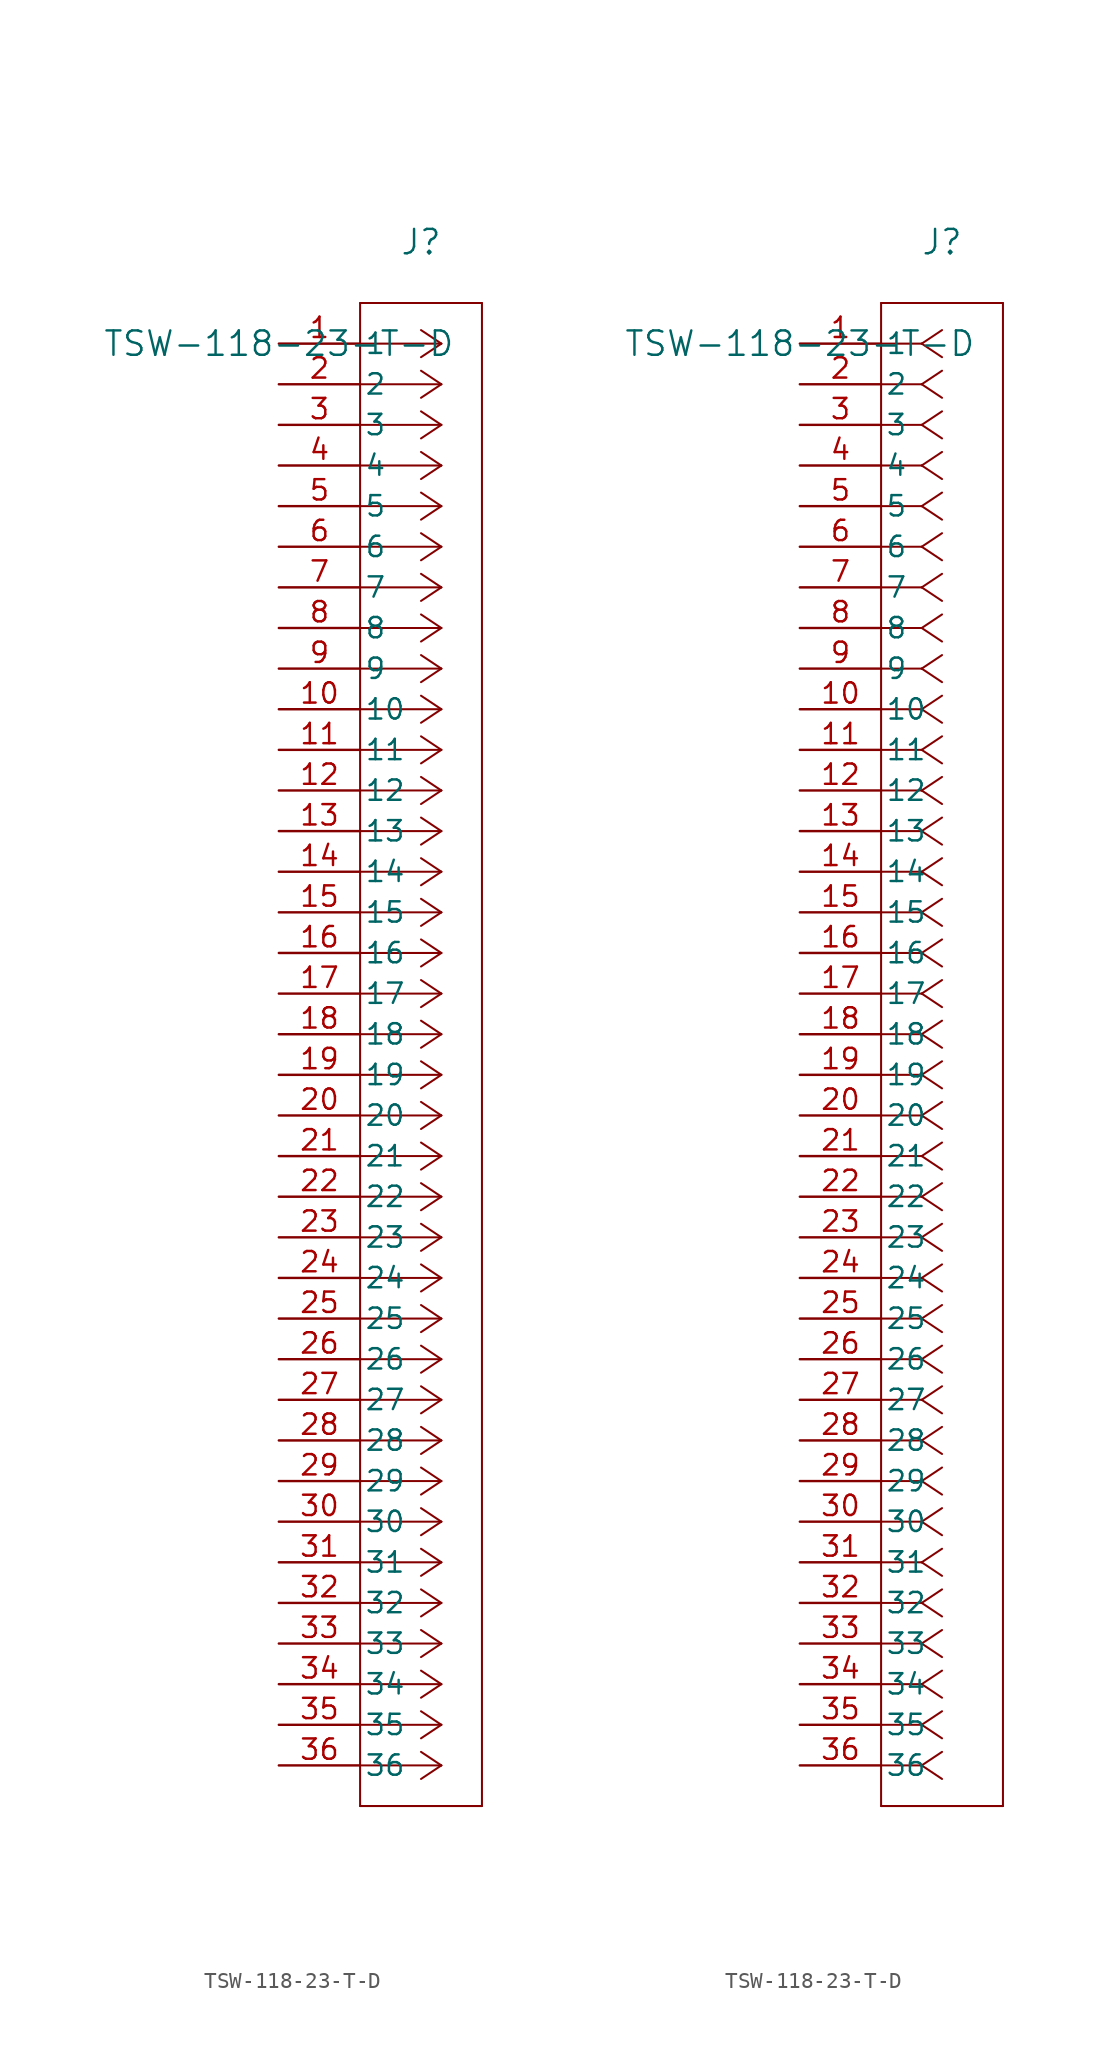
<source format=kicad_sym>
(kicad_symbol_lib
  (version 20211014)
  (generator kicad_symbol_editor)
  (symbol "TSW-118-23-T-D"
    (pin_names
      (offset 0.254))
    (property "Reference" "J"
      (at 8.89 6.35 0)
      (effects (font (size 1.524 1.524))))
    (property "Value" "TSW-118-23-T-D"
      (at 0 0 0)
      (effects (font (size 1.524 1.524))))
    (symbol "TSW-118-23-T-D_1_1"
      (polyline (pts (xy 10.16 0) (xy 5.08 0)) (stroke (width 0.127) (type default) (color 0 0 0 0)) (fill (type none)))
      (polyline (pts (xy 10.16 -2.54) (xy 5.08 -2.54)) (stroke (width 0.127) (type default) (color 0 0 0 0)) (fill (type none)))
      (polyline (pts (xy 10.16 -5.08) (xy 5.08 -5.08)) (stroke (width 0.127) (type default) (color 0 0 0 0)) (fill (type none)))
      (polyline (pts (xy 10.16 -7.62) (xy 5.08 -7.62)) (stroke (width 0.127) (type default) (color 0 0 0 0)) (fill (type none)))
      (polyline (pts (xy 10.16 -10.16) (xy 5.08 -10.16)) (stroke (width 0.127) (type default) (color 0 0 0 0)) (fill (type none)))
      (polyline (pts (xy 10.16 -12.7) (xy 5.08 -12.7)) (stroke (width 0.127) (type default) (color 0 0 0 0)) (fill (type none)))
      (polyline (pts (xy 10.16 -15.24) (xy 5.08 -15.24)) (stroke (width 0.127) (type default) (color 0 0 0 0)) (fill (type none)))
      (polyline (pts (xy 10.16 -17.78) (xy 5.08 -17.78)) (stroke (width 0.127) (type default) (color 0 0 0 0)) (fill (type none)))
      (polyline (pts (xy 10.16 -20.32) (xy 5.08 -20.32)) (stroke (width 0.127) (type default) (color 0 0 0 0)) (fill (type none)))
      (polyline (pts (xy 10.16 -22.86) (xy 5.08 -22.86)) (stroke (width 0.127) (type default) (color 0 0 0 0)) (fill (type none)))
      (polyline (pts (xy 10.16 -25.4) (xy 5.08 -25.4)) (stroke (width 0.127) (type default) (color 0 0 0 0)) (fill (type none)))
      (polyline (pts (xy 10.16 -27.94) (xy 5.08 -27.94)) (stroke (width 0.127) (type default) (color 0 0 0 0)) (fill (type none)))
      (polyline (pts (xy 10.16 -30.48) (xy 5.08 -30.48)) (stroke (width 0.127) (type default) (color 0 0 0 0)) (fill (type none)))
      (polyline (pts (xy 10.16 -33.02) (xy 5.08 -33.02)) (stroke (width 0.127) (type default) (color 0 0 0 0)) (fill (type none)))
      (polyline (pts (xy 10.16 -35.56) (xy 5.08 -35.56)) (stroke (width 0.127) (type default) (color 0 0 0 0)) (fill (type none)))
      (polyline (pts (xy 10.16 -38.1) (xy 5.08 -38.1)) (stroke (width 0.127) (type default) (color 0 0 0 0)) (fill (type none)))
      (polyline (pts (xy 10.16 -40.64) (xy 5.08 -40.64)) (stroke (width 0.127) (type default) (color 0 0 0 0)) (fill (type none)))
      (polyline (pts (xy 10.16 -43.18) (xy 5.08 -43.18)) (stroke (width 0.127) (type default) (color 0 0 0 0)) (fill (type none)))
      (polyline (pts (xy 10.16 -45.72) (xy 5.08 -45.72)) (stroke (width 0.127) (type default) (color 0 0 0 0)) (fill (type none)))
      (polyline (pts (xy 10.16 -48.26) (xy 5.08 -48.26)) (stroke (width 0.127) (type default) (color 0 0 0 0)) (fill (type none)))
      (polyline (pts (xy 10.16 -50.8) (xy 5.08 -50.8)) (stroke (width 0.127) (type default) (color 0 0 0 0)) (fill (type none)))
      (polyline (pts (xy 10.16 -53.34) (xy 5.08 -53.34)) (stroke (width 0.127) (type default) (color 0 0 0 0)) (fill (type none)))
      (polyline (pts (xy 10.16 -55.88) (xy 5.08 -55.88)) (stroke (width 0.127) (type default) (color 0 0 0 0)) (fill (type none)))
      (polyline (pts (xy 10.16 -58.42) (xy 5.08 -58.42)) (stroke (width 0.127) (type default) (color 0 0 0 0)) (fill (type none)))
      (polyline (pts (xy 10.16 -60.96) (xy 5.08 -60.96)) (stroke (width 0.127) (type default) (color 0 0 0 0)) (fill (type none)))
      (polyline (pts (xy 10.16 -63.5) (xy 5.08 -63.5)) (stroke (width 0.127) (type default) (color 0 0 0 0)) (fill (type none)))
      (polyline (pts (xy 10.16 -66.04) (xy 5.08 -66.04)) (stroke (width 0.127) (type default) (color 0 0 0 0)) (fill (type none)))
      (polyline (pts (xy 10.16 -68.58) (xy 5.08 -68.58)) (stroke (width 0.127) (type default) (color 0 0 0 0)) (fill (type none)))
      (polyline (pts (xy 10.16 -71.12) (xy 5.08 -71.12)) (stroke (width 0.127) (type default) (color 0 0 0 0)) (fill (type none)))
      (polyline (pts (xy 10.16 -73.66) (xy 5.08 -73.66)) (stroke (width 0.127) (type default) (color 0 0 0 0)) (fill (type none)))
      (polyline (pts (xy 10.16 -76.2) (xy 5.08 -76.2)) (stroke (width 0.127) (type default) (color 0 0 0 0)) (fill (type none)))
      (polyline (pts (xy 10.16 -78.74) (xy 5.08 -78.74)) (stroke (width 0.127) (type default) (color 0 0 0 0)) (fill (type none)))
      (polyline (pts (xy 10.16 -81.28) (xy 5.08 -81.28)) (stroke (width 0.127) (type default) (color 0 0 0 0)) (fill (type none)))
      (polyline (pts (xy 10.16 -83.82) (xy 5.08 -83.82)) (stroke (width 0.127) (type default) (color 0 0 0 0)) (fill (type none)))
      (polyline (pts (xy 10.16 -86.36) (xy 5.08 -86.36)) (stroke (width 0.127) (type default) (color 0 0 0 0)) (fill (type none)))
      (polyline (pts (xy 10.16 -88.9) (xy 5.08 -88.9)) (stroke (width 0.127) (type default) (color 0 0 0 0)) (fill (type none)))
      (polyline (pts (xy 10.16 0) (xy 8.89 0.847)) (stroke (width 0.127) (type default) (color 0 0 0 0)) (fill (type none)))
      (polyline (pts (xy 10.16 -2.54) (xy 8.89 -1.693)) (stroke (width 0.127) (type default) (color 0 0 0 0)) (fill (type none)))
      (polyline (pts (xy 10.16 -5.08) (xy 8.89 -4.233)) (stroke (width 0.127) (type default) (color 0 0 0 0)) (fill (type none)))
      (polyline (pts (xy 10.16 -7.62) (xy 8.89 -6.773)) (stroke (width 0.127) (type default) (color 0 0 0 0)) (fill (type none)))
      (polyline (pts (xy 10.16 -10.16) (xy 8.89 -9.313)) (stroke (width 0.127) (type default) (color 0 0 0 0)) (fill (type none)))
      (polyline (pts (xy 10.16 -12.7) (xy 8.89 -11.853)) (stroke (width 0.127) (type default) (color 0 0 0 0)) (fill (type none)))
      (polyline (pts (xy 10.16 -15.24) (xy 8.89 -14.393)) (stroke (width 0.127) (type default) (color 0 0 0 0)) (fill (type none)))
      (polyline (pts (xy 10.16 -17.78) (xy 8.89 -16.933)) (stroke (width 0.127) (type default) (color 0 0 0 0)) (fill (type none)))
      (polyline (pts (xy 10.16 -20.32) (xy 8.89 -19.473)) (stroke (width 0.127) (type default) (color 0 0 0 0)) (fill (type none)))
      (polyline (pts (xy 10.16 -22.86) (xy 8.89 -22.013)) (stroke (width 0.127) (type default) (color 0 0 0 0)) (fill (type none)))
      (polyline (pts (xy 10.16 -25.4) (xy 8.89 -24.553)) (stroke (width 0.127) (type default) (color 0 0 0 0)) (fill (type none)))
      (polyline (pts (xy 10.16 -27.94) (xy 8.89 -27.093)) (stroke (width 0.127) (type default) (color 0 0 0 0)) (fill (type none)))
      (polyline (pts (xy 10.16 -30.48) (xy 8.89 -29.633)) (stroke (width 0.127) (type default) (color 0 0 0 0)) (fill (type none)))
      (polyline (pts (xy 10.16 -33.02) (xy 8.89 -32.173)) (stroke (width 0.127) (type default) (color 0 0 0 0)) (fill (type none)))
      (polyline (pts (xy 10.16 -35.56) (xy 8.89 -34.713)) (stroke (width 0.127) (type default) (color 0 0 0 0)) (fill (type none)))
      (polyline (pts (xy 10.16 -38.1) (xy 8.89 -37.253)) (stroke (width 0.127) (type default) (color 0 0 0 0)) (fill (type none)))
      (polyline (pts (xy 10.16 -40.64) (xy 8.89 -39.793)) (stroke (width 0.127) (type default) (color 0 0 0 0)) (fill (type none)))
      (polyline (pts (xy 10.16 -43.18) (xy 8.89 -42.333)) (stroke (width 0.127) (type default) (color 0 0 0 0)) (fill (type none)))
      (polyline (pts (xy 10.16 -45.72) (xy 8.89 -44.873)) (stroke (width 0.127) (type default) (color 0 0 0 0)) (fill (type none)))
      (polyline (pts (xy 10.16 -48.26) (xy 8.89 -47.413)) (stroke (width 0.127) (type default) (color 0 0 0 0)) (fill (type none)))
      (polyline (pts (xy 10.16 -50.8) (xy 8.89 -49.953)) (stroke (width 0.127) (type default) (color 0 0 0 0)) (fill (type none)))
      (polyline (pts (xy 10.16 -53.34) (xy 8.89 -52.493)) (stroke (width 0.127) (type default) (color 0 0 0 0)) (fill (type none)))
      (polyline (pts (xy 10.16 -55.88) (xy 8.89 -55.033)) (stroke (width 0.127) (type default) (color 0 0 0 0)) (fill (type none)))
      (polyline (pts (xy 10.16 -58.42) (xy 8.89 -57.573)) (stroke (width 0.127) (type default) (color 0 0 0 0)) (fill (type none)))
      (polyline (pts (xy 10.16 -60.96) (xy 8.89 -60.113)) (stroke (width 0.127) (type default) (color 0 0 0 0)) (fill (type none)))
      (polyline (pts (xy 10.16 -63.5) (xy 8.89 -62.653)) (stroke (width 0.127) (type default) (color 0 0 0 0)) (fill (type none)))
      (polyline (pts (xy 10.16 -66.04) (xy 8.89 -65.193)) (stroke (width 0.127) (type default) (color 0 0 0 0)) (fill (type none)))
      (polyline (pts (xy 10.16 -68.58) (xy 8.89 -67.733)) (stroke (width 0.127) (type default) (color 0 0 0 0)) (fill (type none)))
      (polyline (pts (xy 10.16 -71.12) (xy 8.89 -70.273)) (stroke (width 0.127) (type default) (color 0 0 0 0)) (fill (type none)))
      (polyline (pts (xy 10.16 -73.66) (xy 8.89 -72.813)) (stroke (width 0.127) (type default) (color 0 0 0 0)) (fill (type none)))
      (polyline (pts (xy 10.16 -76.2) (xy 8.89 -75.353)) (stroke (width 0.127) (type default) (color 0 0 0 0)) (fill (type none)))
      (polyline (pts (xy 10.16 -78.74) (xy 8.89 -77.893)) (stroke (width 0.127) (type default) (color 0 0 0 0)) (fill (type none)))
      (polyline (pts (xy 10.16 -81.28) (xy 8.89 -80.433)) (stroke (width 0.127) (type default) (color 0 0 0 0)) (fill (type none)))
      (polyline (pts (xy 10.16 -83.82) (xy 8.89 -82.973)) (stroke (width 0.127) (type default) (color 0 0 0 0)) (fill (type none)))
      (polyline (pts (xy 10.16 -86.36) (xy 8.89 -85.513)) (stroke (width 0.127) (type default) (color 0 0 0 0)) (fill (type none)))
      (polyline (pts (xy 10.16 -88.9) (xy 8.89 -88.053)) (stroke (width 0.127) (type default) (color 0 0 0 0)) (fill (type none)))
      (polyline (pts (xy 10.16 0) (xy 8.89 -0.847)) (stroke (width 0.127) (type default) (color 0 0 0 0)) (fill (type none)))
      (polyline (pts (xy 10.16 -2.54) (xy 8.89 -3.387)) (stroke (width 0.127) (type default) (color 0 0 0 0)) (fill (type none)))
      (polyline (pts (xy 10.16 -5.08) (xy 8.89 -5.927)) (stroke (width 0.127) (type default) (color 0 0 0 0)) (fill (type none)))
      (polyline (pts (xy 10.16 -7.62) (xy 8.89 -8.467)) (stroke (width 0.127) (type default) (color 0 0 0 0)) (fill (type none)))
      (polyline (pts (xy 10.16 -10.16) (xy 8.89 -11.007)) (stroke (width 0.127) (type default) (color 0 0 0 0)) (fill (type none)))
      (polyline (pts (xy 10.16 -12.7) (xy 8.89 -13.547)) (stroke (width 0.127) (type default) (color 0 0 0 0)) (fill (type none)))
      (polyline (pts (xy 10.16 -15.24) (xy 8.89 -16.087)) (stroke (width 0.127) (type default) (color 0 0 0 0)) (fill (type none)))
      (polyline (pts (xy 10.16 -17.78) (xy 8.89 -18.627)) (stroke (width 0.127) (type default) (color 0 0 0 0)) (fill (type none)))
      (polyline (pts (xy 10.16 -20.32) (xy 8.89 -21.167)) (stroke (width 0.127) (type default) (color 0 0 0 0)) (fill (type none)))
      (polyline (pts (xy 10.16 -22.86) (xy 8.89 -23.707)) (stroke (width 0.127) (type default) (color 0 0 0 0)) (fill (type none)))
      (polyline (pts (xy 10.16 -25.4) (xy 8.89 -26.247)) (stroke (width 0.127) (type default) (color 0 0 0 0)) (fill (type none)))
      (polyline (pts (xy 10.16 -27.94) (xy 8.89 -28.787)) (stroke (width 0.127) (type default) (color 0 0 0 0)) (fill (type none)))
      (polyline (pts (xy 10.16 -30.48) (xy 8.89 -31.327)) (stroke (width 0.127) (type default) (color 0 0 0 0)) (fill (type none)))
      (polyline (pts (xy 10.16 -33.02) (xy 8.89 -33.867)) (stroke (width 0.127) (type default) (color 0 0 0 0)) (fill (type none)))
      (polyline (pts (xy 10.16 -35.56) (xy 8.89 -36.407)) (stroke (width 0.127) (type default) (color 0 0 0 0)) (fill (type none)))
      (polyline (pts (xy 10.16 -38.1) (xy 8.89 -38.947)) (stroke (width 0.127) (type default) (color 0 0 0 0)) (fill (type none)))
      (polyline (pts (xy 10.16 -40.64) (xy 8.89 -41.487)) (stroke (width 0.127) (type default) (color 0 0 0 0)) (fill (type none)))
      (polyline (pts (xy 10.16 -43.18) (xy 8.89 -44.027)) (stroke (width 0.127) (type default) (color 0 0 0 0)) (fill (type none)))
      (polyline (pts (xy 10.16 -45.72) (xy 8.89 -46.567)) (stroke (width 0.127) (type default) (color 0 0 0 0)) (fill (type none)))
      (polyline (pts (xy 10.16 -48.26) (xy 8.89 -49.107)) (stroke (width 0.127) (type default) (color 0 0 0 0)) (fill (type none)))
      (polyline (pts (xy 10.16 -50.8) (xy 8.89 -51.647)) (stroke (width 0.127) (type default) (color 0 0 0 0)) (fill (type none)))
      (polyline (pts (xy 10.16 -53.34) (xy 8.89 -54.187)) (stroke (width 0.127) (type default) (color 0 0 0 0)) (fill (type none)))
      (polyline (pts (xy 10.16 -55.88) (xy 8.89 -56.727)) (stroke (width 0.127) (type default) (color 0 0 0 0)) (fill (type none)))
      (polyline (pts (xy 10.16 -58.42) (xy 8.89 -59.267)) (stroke (width 0.127) (type default) (color 0 0 0 0)) (fill (type none)))
      (polyline (pts (xy 10.16 -60.96) (xy 8.89 -61.807)) (stroke (width 0.127) (type default) (color 0 0 0 0)) (fill (type none)))
      (polyline (pts (xy 10.16 -63.5) (xy 8.89 -64.347)) (stroke (width 0.127) (type default) (color 0 0 0 0)) (fill (type none)))
      (polyline (pts (xy 10.16 -66.04) (xy 8.89 -66.887)) (stroke (width 0.127) (type default) (color 0 0 0 0)) (fill (type none)))
      (polyline (pts (xy 10.16 -68.58) (xy 8.89 -69.427)) (stroke (width 0.127) (type default) (color 0 0 0 0)) (fill (type none)))
      (polyline (pts (xy 10.16 -71.12) (xy 8.89 -71.967)) (stroke (width 0.127) (type default) (color 0 0 0 0)) (fill (type none)))
      (polyline (pts (xy 10.16 -73.66) (xy 8.89 -74.507)) (stroke (width 0.127) (type default) (color 0 0 0 0)) (fill (type none)))
      (polyline (pts (xy 10.16 -76.2) (xy 8.89 -77.047)) (stroke (width 0.127) (type default) (color 0 0 0 0)) (fill (type none)))
      (polyline (pts (xy 10.16 -78.74) (xy 8.89 -79.587)) (stroke (width 0.127) (type default) (color 0 0 0 0)) (fill (type none)))
      (polyline (pts (xy 10.16 -81.28) (xy 8.89 -82.127)) (stroke (width 0.127) (type default) (color 0 0 0 0)) (fill (type none)))
      (polyline (pts (xy 10.16 -83.82) (xy 8.89 -84.667)) (stroke (width 0.127) (type default) (color 0 0 0 0)) (fill (type none)))
      (polyline (pts (xy 10.16 -86.36) (xy 8.89 -87.207)) (stroke (width 0.127) (type default) (color 0 0 0 0)) (fill (type none)))
      (polyline (pts (xy 10.16 -88.9) (xy 8.89 -89.747)) (stroke (width 0.127) (type default) (color 0 0 0 0)) (fill (type none)))
      (polyline (pts (xy 5.08 2.54) (xy 5.08 -91.44)) (stroke (width 0.127) (type default) (color 0 0 0 0)) (fill (type none)))
      (polyline (pts (xy 5.08 -91.44) (xy 12.7 -91.44)) (stroke (width 0.127) (type default) (color 0 0 0 0)) (fill (type none)))
      (polyline (pts (xy 12.7 -91.44) (xy 12.7 2.54)) (stroke (width 0.127) (type default) (color 0 0 0 0)) (fill (type none)))
      (polyline (pts (xy 12.7 2.54) (xy 5.08 2.54)) (stroke (width 0.127) (type default) (color 0 0 0 0)) (fill (type none)))
      (pin unspecified line (at 0 0 0) (length 5.08) (name "1" (effects (font (size 1.27 1.27)))) (number "1" (effects (font (size 1.27 1.27)))))
      (pin unspecified line (at 0 -2.54 0) (length 5.08) (name "2" (effects (font (size 1.27 1.27)))) (number "2" (effects (font (size 1.27 1.27)))))
      (pin unspecified line (at 0 -5.08 0) (length 5.08) (name "3" (effects (font (size 1.27 1.27)))) (number "3" (effects (font (size 1.27 1.27)))))
      (pin unspecified line (at 0 -7.62 0) (length 5.08) (name "4" (effects (font (size 1.27 1.27)))) (number "4" (effects (font (size 1.27 1.27)))))
      (pin unspecified line (at 0 -10.16 0) (length 5.08) (name "5" (effects (font (size 1.27 1.27)))) (number "5" (effects (font (size 1.27 1.27)))))
      (pin unspecified line (at 0 -12.7 0) (length 5.08) (name "6" (effects (font (size 1.27 1.27)))) (number "6" (effects (font (size 1.27 1.27)))))
      (pin unspecified line (at 0 -15.24 0) (length 5.08) (name "7" (effects (font (size 1.27 1.27)))) (number "7" (effects (font (size 1.27 1.27)))))
      (pin unspecified line (at 0 -17.78 0) (length 5.08) (name "8" (effects (font (size 1.27 1.27)))) (number "8" (effects (font (size 1.27 1.27)))))
      (pin unspecified line (at 0 -20.32 0) (length 5.08) (name "9" (effects (font (size 1.27 1.27)))) (number "9" (effects (font (size 1.27 1.27)))))
      (pin unspecified line (at 0 -22.86 0) (length 5.08) (name "10" (effects (font (size 1.27 1.27)))) (number "10" (effects (font (size 1.27 1.27)))))
      (pin unspecified line (at 0 -25.4 0) (length 5.08) (name "11" (effects (font (size 1.27 1.27)))) (number "11" (effects (font (size 1.27 1.27)))))
      (pin unspecified line (at 0 -27.94 0) (length 5.08) (name "12" (effects (font (size 1.27 1.27)))) (number "12" (effects (font (size 1.27 1.27)))))
      (pin unspecified line (at 0 -30.48 0) (length 5.08) (name "13" (effects (font (size 1.27 1.27)))) (number "13" (effects (font (size 1.27 1.27)))))
      (pin unspecified line (at 0 -33.02 0) (length 5.08) (name "14" (effects (font (size 1.27 1.27)))) (number "14" (effects (font (size 1.27 1.27)))))
      (pin unspecified line (at 0 -35.56 0) (length 5.08) (name "15" (effects (font (size 1.27 1.27)))) (number "15" (effects (font (size 1.27 1.27)))))
      (pin unspecified line (at 0 -38.1 0) (length 5.08) (name "16" (effects (font (size 1.27 1.27)))) (number "16" (effects (font (size 1.27 1.27)))))
      (pin unspecified line (at 0 -40.64 0) (length 5.08) (name "17" (effects (font (size 1.27 1.27)))) (number "17" (effects (font (size 1.27 1.27)))))
      (pin unspecified line (at 0 -43.18 0) (length 5.08) (name "18" (effects (font (size 1.27 1.27)))) (number "18" (effects (font (size 1.27 1.27)))))
      (pin unspecified line (at 0 -45.72 0) (length 5.08) (name "19" (effects (font (size 1.27 1.27)))) (number "19" (effects (font (size 1.27 1.27)))))
      (pin unspecified line (at 0 -48.26 0) (length 5.08) (name "20" (effects (font (size 1.27 1.27)))) (number "20" (effects (font (size 1.27 1.27)))))
      (pin unspecified line (at 0 -50.8 0) (length 5.08) (name "21" (effects (font (size 1.27 1.27)))) (number "21" (effects (font (size 1.27 1.27)))))
      (pin unspecified line (at 0 -53.34 0) (length 5.08) (name "22" (effects (font (size 1.27 1.27)))) (number "22" (effects (font (size 1.27 1.27)))))
      (pin unspecified line (at 0 -55.88 0) (length 5.08) (name "23" (effects (font (size 1.27 1.27)))) (number "23" (effects (font (size 1.27 1.27)))))
      (pin unspecified line (at 0 -58.42 0) (length 5.08) (name "24" (effects (font (size 1.27 1.27)))) (number "24" (effects (font (size 1.27 1.27)))))
      (pin unspecified line (at 0 -60.96 0) (length 5.08) (name "25" (effects (font (size 1.27 1.27)))) (number "25" (effects (font (size 1.27 1.27)))))
      (pin unspecified line (at 0 -63.5 0) (length 5.08) (name "26" (effects (font (size 1.27 1.27)))) (number "26" (effects (font (size 1.27 1.27)))))
      (pin unspecified line (at 0 -66.04 0) (length 5.08) (name "27" (effects (font (size 1.27 1.27)))) (number "27" (effects (font (size 1.27 1.27)))))
      (pin unspecified line (at 0 -68.58 0) (length 5.08) (name "28" (effects (font (size 1.27 1.27)))) (number "28" (effects (font (size 1.27 1.27)))))
      (pin unspecified line (at 0 -71.12 0) (length 5.08) (name "29" (effects (font (size 1.27 1.27)))) (number "29" (effects (font (size 1.27 1.27)))))
      (pin unspecified line (at 0 -73.66 0) (length 5.08) (name "30" (effects (font (size 1.27 1.27)))) (number "30" (effects (font (size 1.27 1.27)))))
      (pin unspecified line (at 0 -76.2 0) (length 5.08) (name "31" (effects (font (size 1.27 1.27)))) (number "31" (effects (font (size 1.27 1.27)))))
      (pin unspecified line (at 0 -78.74 0) (length 5.08) (name "32" (effects (font (size 1.27 1.27)))) (number "32" (effects (font (size 1.27 1.27)))))
      (pin unspecified line (at 0 -81.28 0) (length 5.08) (name "33" (effects (font (size 1.27 1.27)))) (number "33" (effects (font (size 1.27 1.27)))))
      (pin unspecified line (at 0 -83.82 0) (length 5.08) (name "34" (effects (font (size 1.27 1.27)))) (number "34" (effects (font (size 1.27 1.27)))))
      (pin unspecified line (at 0 -86.36 0) (length 5.08) (name "35" (effects (font (size 1.27 1.27)))) (number "35" (effects (font (size 1.27 1.27)))))
      (pin unspecified line (at 0 -88.9 0) (length 5.08) (name "36" (effects (font (size 1.27 1.27)))) (number "36" (effects (font (size 1.27 1.27))))))
    (symbol "TSW-118-23-T-D_1_2"
      (polyline (pts (xy 7.62 0) (xy 5.08 0)) (stroke (width 0.127) (type default) (color 0 0 0 0)) (fill (type none)))
      (polyline (pts (xy 7.62 -2.54) (xy 5.08 -2.54)) (stroke (width 0.127) (type default) (color 0 0 0 0)) (fill (type none)))
      (polyline (pts (xy 7.62 -5.08) (xy 5.08 -5.08)) (stroke (width 0.127) (type default) (color 0 0 0 0)) (fill (type none)))
      (polyline (pts (xy 7.62 -7.62) (xy 5.08 -7.62)) (stroke (width 0.127) (type default) (color 0 0 0 0)) (fill (type none)))
      (polyline (pts (xy 7.62 -10.16) (xy 5.08 -10.16)) (stroke (width 0.127) (type default) (color 0 0 0 0)) (fill (type none)))
      (polyline (pts (xy 7.62 -12.7) (xy 5.08 -12.7)) (stroke (width 0.127) (type default) (color 0 0 0 0)) (fill (type none)))
      (polyline (pts (xy 7.62 -15.24) (xy 5.08 -15.24)) (stroke (width 0.127) (type default) (color 0 0 0 0)) (fill (type none)))
      (polyline (pts (xy 7.62 -17.78) (xy 5.08 -17.78)) (stroke (width 0.127) (type default) (color 0 0 0 0)) (fill (type none)))
      (polyline (pts (xy 7.62 -20.32) (xy 5.08 -20.32)) (stroke (width 0.127) (type default) (color 0 0 0 0)) (fill (type none)))
      (polyline (pts (xy 7.62 -22.86) (xy 5.08 -22.86)) (stroke (width 0.127) (type default) (color 0 0 0 0)) (fill (type none)))
      (polyline (pts (xy 7.62 -25.4) (xy 5.08 -25.4)) (stroke (width 0.127) (type default) (color 0 0 0 0)) (fill (type none)))
      (polyline (pts (xy 7.62 -27.94) (xy 5.08 -27.94)) (stroke (width 0.127) (type default) (color 0 0 0 0)) (fill (type none)))
      (polyline (pts (xy 7.62 -30.48) (xy 5.08 -30.48)) (stroke (width 0.127) (type default) (color 0 0 0 0)) (fill (type none)))
      (polyline (pts (xy 7.62 -33.02) (xy 5.08 -33.02)) (stroke (width 0.127) (type default) (color 0 0 0 0)) (fill (type none)))
      (polyline (pts (xy 7.62 -35.56) (xy 5.08 -35.56)) (stroke (width 0.127) (type default) (color 0 0 0 0)) (fill (type none)))
      (polyline (pts (xy 7.62 -38.1) (xy 5.08 -38.1)) (stroke (width 0.127) (type default) (color 0 0 0 0)) (fill (type none)))
      (polyline (pts (xy 7.62 -40.64) (xy 5.08 -40.64)) (stroke (width 0.127) (type default) (color 0 0 0 0)) (fill (type none)))
      (polyline (pts (xy 7.62 -43.18) (xy 5.08 -43.18)) (stroke (width 0.127) (type default) (color 0 0 0 0)) (fill (type none)))
      (polyline (pts (xy 7.62 -45.72) (xy 5.08 -45.72)) (stroke (width 0.127) (type default) (color 0 0 0 0)) (fill (type none)))
      (polyline (pts (xy 7.62 -48.26) (xy 5.08 -48.26)) (stroke (width 0.127) (type default) (color 0 0 0 0)) (fill (type none)))
      (polyline (pts (xy 7.62 -50.8) (xy 5.08 -50.8)) (stroke (width 0.127) (type default) (color 0 0 0 0)) (fill (type none)))
      (polyline (pts (xy 7.62 -53.34) (xy 5.08 -53.34)) (stroke (width 0.127) (type default) (color 0 0 0 0)) (fill (type none)))
      (polyline (pts (xy 7.62 -55.88) (xy 5.08 -55.88)) (stroke (width 0.127) (type default) (color 0 0 0 0)) (fill (type none)))
      (polyline (pts (xy 7.62 -58.42) (xy 5.08 -58.42)) (stroke (width 0.127) (type default) (color 0 0 0 0)) (fill (type none)))
      (polyline (pts (xy 7.62 -60.96) (xy 5.08 -60.96)) (stroke (width 0.127) (type default) (color 0 0 0 0)) (fill (type none)))
      (polyline (pts (xy 7.62 -63.5) (xy 5.08 -63.5)) (stroke (width 0.127) (type default) (color 0 0 0 0)) (fill (type none)))
      (polyline (pts (xy 7.62 -66.04) (xy 5.08 -66.04)) (stroke (width 0.127) (type default) (color 0 0 0 0)) (fill (type none)))
      (polyline (pts (xy 7.62 -68.58) (xy 5.08 -68.58)) (stroke (width 0.127) (type default) (color 0 0 0 0)) (fill (type none)))
      (polyline (pts (xy 7.62 -71.12) (xy 5.08 -71.12)) (stroke (width 0.127) (type default) (color 0 0 0 0)) (fill (type none)))
      (polyline (pts (xy 7.62 -73.66) (xy 5.08 -73.66)) (stroke (width 0.127) (type default) (color 0 0 0 0)) (fill (type none)))
      (polyline (pts (xy 7.62 -76.2) (xy 5.08 -76.2)) (stroke (width 0.127) (type default) (color 0 0 0 0)) (fill (type none)))
      (polyline (pts (xy 7.62 -78.74) (xy 5.08 -78.74)) (stroke (width 0.127) (type default) (color 0 0 0 0)) (fill (type none)))
      (polyline (pts (xy 7.62 -81.28) (xy 5.08 -81.28)) (stroke (width 0.127) (type default) (color 0 0 0 0)) (fill (type none)))
      (polyline (pts (xy 7.62 -83.82) (xy 5.08 -83.82)) (stroke (width 0.127) (type default) (color 0 0 0 0)) (fill (type none)))
      (polyline (pts (xy 7.62 -86.36) (xy 5.08 -86.36)) (stroke (width 0.127) (type default) (color 0 0 0 0)) (fill (type none)))
      (polyline (pts (xy 7.62 -88.9) (xy 5.08 -88.9)) (stroke (width 0.127) (type default) (color 0 0 0 0)) (fill (type none)))
      (polyline (pts (xy 7.62 0) (xy 8.89 0.847)) (stroke (width 0.127) (type default) (color 0 0 0 0)) (fill (type none)))
      (polyline (pts (xy 7.62 -2.54) (xy 8.89 -1.693)) (stroke (width 0.127) (type default) (color 0 0 0 0)) (fill (type none)))
      (polyline (pts (xy 7.62 -5.08) (xy 8.89 -4.233)) (stroke (width 0.127) (type default) (color 0 0 0 0)) (fill (type none)))
      (polyline (pts (xy 7.62 -7.62) (xy 8.89 -6.773)) (stroke (width 0.127) (type default) (color 0 0 0 0)) (fill (type none)))
      (polyline (pts (xy 7.62 -10.16) (xy 8.89 -9.313)) (stroke (width 0.127) (type default) (color 0 0 0 0)) (fill (type none)))
      (polyline (pts (xy 7.62 -12.7) (xy 8.89 -11.853)) (stroke (width 0.127) (type default) (color 0 0 0 0)) (fill (type none)))
      (polyline (pts (xy 7.62 -15.24) (xy 8.89 -14.393)) (stroke (width 0.127) (type default) (color 0 0 0 0)) (fill (type none)))
      (polyline (pts (xy 7.62 -17.78) (xy 8.89 -16.933)) (stroke (width 0.127) (type default) (color 0 0 0 0)) (fill (type none)))
      (polyline (pts (xy 7.62 -20.32) (xy 8.89 -19.473)) (stroke (width 0.127) (type default) (color 0 0 0 0)) (fill (type none)))
      (polyline (pts (xy 7.62 -22.86) (xy 8.89 -22.013)) (stroke (width 0.127) (type default) (color 0 0 0 0)) (fill (type none)))
      (polyline (pts (xy 7.62 -25.4) (xy 8.89 -24.553)) (stroke (width 0.127) (type default) (color 0 0 0 0)) (fill (type none)))
      (polyline (pts (xy 7.62 -27.94) (xy 8.89 -27.093)) (stroke (width 0.127) (type default) (color 0 0 0 0)) (fill (type none)))
      (polyline (pts (xy 7.62 -30.48) (xy 8.89 -29.633)) (stroke (width 0.127) (type default) (color 0 0 0 0)) (fill (type none)))
      (polyline (pts (xy 7.62 -33.02) (xy 8.89 -32.173)) (stroke (width 0.127) (type default) (color 0 0 0 0)) (fill (type none)))
      (polyline (pts (xy 7.62 -35.56) (xy 8.89 -34.713)) (stroke (width 0.127) (type default) (color 0 0 0 0)) (fill (type none)))
      (polyline (pts (xy 7.62 -38.1) (xy 8.89 -37.253)) (stroke (width 0.127) (type default) (color 0 0 0 0)) (fill (type none)))
      (polyline (pts (xy 7.62 -40.64) (xy 8.89 -39.793)) (stroke (width 0.127) (type default) (color 0 0 0 0)) (fill (type none)))
      (polyline (pts (xy 7.62 -43.18) (xy 8.89 -42.333)) (stroke (width 0.127) (type default) (color 0 0 0 0)) (fill (type none)))
      (polyline (pts (xy 7.62 -45.72) (xy 8.89 -44.873)) (stroke (width 0.127) (type default) (color 0 0 0 0)) (fill (type none)))
      (polyline (pts (xy 7.62 -48.26) (xy 8.89 -47.413)) (stroke (width 0.127) (type default) (color 0 0 0 0)) (fill (type none)))
      (polyline (pts (xy 7.62 -50.8) (xy 8.89 -49.953)) (stroke (width 0.127) (type default) (color 0 0 0 0)) (fill (type none)))
      (polyline (pts (xy 7.62 -53.34) (xy 8.89 -52.493)) (stroke (width 0.127) (type default) (color 0 0 0 0)) (fill (type none)))
      (polyline (pts (xy 7.62 -55.88) (xy 8.89 -55.033)) (stroke (width 0.127) (type default) (color 0 0 0 0)) (fill (type none)))
      (polyline (pts (xy 7.62 -58.42) (xy 8.89 -57.573)) (stroke (width 0.127) (type default) (color 0 0 0 0)) (fill (type none)))
      (polyline (pts (xy 7.62 -60.96) (xy 8.89 -60.113)) (stroke (width 0.127) (type default) (color 0 0 0 0)) (fill (type none)))
      (polyline (pts (xy 7.62 -63.5) (xy 8.89 -62.653)) (stroke (width 0.127) (type default) (color 0 0 0 0)) (fill (type none)))
      (polyline (pts (xy 7.62 -66.04) (xy 8.89 -65.193)) (stroke (width 0.127) (type default) (color 0 0 0 0)) (fill (type none)))
      (polyline (pts (xy 7.62 -68.58) (xy 8.89 -67.733)) (stroke (width 0.127) (type default) (color 0 0 0 0)) (fill (type none)))
      (polyline (pts (xy 7.62 -71.12) (xy 8.89 -70.273)) (stroke (width 0.127) (type default) (color 0 0 0 0)) (fill (type none)))
      (polyline (pts (xy 7.62 -73.66) (xy 8.89 -72.813)) (stroke (width 0.127) (type default) (color 0 0 0 0)) (fill (type none)))
      (polyline (pts (xy 7.62 -76.2) (xy 8.89 -75.353)) (stroke (width 0.127) (type default) (color 0 0 0 0)) (fill (type none)))
      (polyline (pts (xy 7.62 -78.74) (xy 8.89 -77.893)) (stroke (width 0.127) (type default) (color 0 0 0 0)) (fill (type none)))
      (polyline (pts (xy 7.62 -81.28) (xy 8.89 -80.433)) (stroke (width 0.127) (type default) (color 0 0 0 0)) (fill (type none)))
      (polyline (pts (xy 7.62 -83.82) (xy 8.89 -82.973)) (stroke (width 0.127) (type default) (color 0 0 0 0)) (fill (type none)))
      (polyline (pts (xy 7.62 -86.36) (xy 8.89 -85.513)) (stroke (width 0.127) (type default) (color 0 0 0 0)) (fill (type none)))
      (polyline (pts (xy 7.62 -88.9) (xy 8.89 -88.053)) (stroke (width 0.127) (type default) (color 0 0 0 0)) (fill (type none)))
      (polyline (pts (xy 7.62 0) (xy 8.89 -0.847)) (stroke (width 0.127) (type default) (color 0 0 0 0)) (fill (type none)))
      (polyline (pts (xy 7.62 -2.54) (xy 8.89 -3.387)) (stroke (width 0.127) (type default) (color 0 0 0 0)) (fill (type none)))
      (polyline (pts (xy 7.62 -5.08) (xy 8.89 -5.927)) (stroke (width 0.127) (type default) (color 0 0 0 0)) (fill (type none)))
      (polyline (pts (xy 7.62 -7.62) (xy 8.89 -8.467)) (stroke (width 0.127) (type default) (color 0 0 0 0)) (fill (type none)))
      (polyline (pts (xy 7.62 -10.16) (xy 8.89 -11.007)) (stroke (width 0.127) (type default) (color 0 0 0 0)) (fill (type none)))
      (polyline (pts (xy 7.62 -12.7) (xy 8.89 -13.547)) (stroke (width 0.127) (type default) (color 0 0 0 0)) (fill (type none)))
      (polyline (pts (xy 7.62 -15.24) (xy 8.89 -16.087)) (stroke (width 0.127) (type default) (color 0 0 0 0)) (fill (type none)))
      (polyline (pts (xy 7.62 -17.78) (xy 8.89 -18.627)) (stroke (width 0.127) (type default) (color 0 0 0 0)) (fill (type none)))
      (polyline (pts (xy 7.62 -20.32) (xy 8.89 -21.167)) (stroke (width 0.127) (type default) (color 0 0 0 0)) (fill (type none)))
      (polyline (pts (xy 7.62 -22.86) (xy 8.89 -23.707)) (stroke (width 0.127) (type default) (color 0 0 0 0)) (fill (type none)))
      (polyline (pts (xy 7.62 -25.4) (xy 8.89 -26.247)) (stroke (width 0.127) (type default) (color 0 0 0 0)) (fill (type none)))
      (polyline (pts (xy 7.62 -27.94) (xy 8.89 -28.787)) (stroke (width 0.127) (type default) (color 0 0 0 0)) (fill (type none)))
      (polyline (pts (xy 7.62 -30.48) (xy 8.89 -31.327)) (stroke (width 0.127) (type default) (color 0 0 0 0)) (fill (type none)))
      (polyline (pts (xy 7.62 -33.02) (xy 8.89 -33.867)) (stroke (width 0.127) (type default) (color 0 0 0 0)) (fill (type none)))
      (polyline (pts (xy 7.62 -35.56) (xy 8.89 -36.407)) (stroke (width 0.127) (type default) (color 0 0 0 0)) (fill (type none)))
      (polyline (pts (xy 7.62 -38.1) (xy 8.89 -38.947)) (stroke (width 0.127) (type default) (color 0 0 0 0)) (fill (type none)))
      (polyline (pts (xy 7.62 -40.64) (xy 8.89 -41.487)) (stroke (width 0.127) (type default) (color 0 0 0 0)) (fill (type none)))
      (polyline (pts (xy 7.62 -43.18) (xy 8.89 -44.027)) (stroke (width 0.127) (type default) (color 0 0 0 0)) (fill (type none)))
      (polyline (pts (xy 7.62 -45.72) (xy 8.89 -46.567)) (stroke (width 0.127) (type default) (color 0 0 0 0)) (fill (type none)))
      (polyline (pts (xy 7.62 -48.26) (xy 8.89 -49.107)) (stroke (width 0.127) (type default) (color 0 0 0 0)) (fill (type none)))
      (polyline (pts (xy 7.62 -50.8) (xy 8.89 -51.647)) (stroke (width 0.127) (type default) (color 0 0 0 0)) (fill (type none)))
      (polyline (pts (xy 7.62 -53.34) (xy 8.89 -54.187)) (stroke (width 0.127) (type default) (color 0 0 0 0)) (fill (type none)))
      (polyline (pts (xy 7.62 -55.88) (xy 8.89 -56.727)) (stroke (width 0.127) (type default) (color 0 0 0 0)) (fill (type none)))
      (polyline (pts (xy 7.62 -58.42) (xy 8.89 -59.267)) (stroke (width 0.127) (type default) (color 0 0 0 0)) (fill (type none)))
      (polyline (pts (xy 7.62 -60.96) (xy 8.89 -61.807)) (stroke (width 0.127) (type default) (color 0 0 0 0)) (fill (type none)))
      (polyline (pts (xy 7.62 -63.5) (xy 8.89 -64.347)) (stroke (width 0.127) (type default) (color 0 0 0 0)) (fill (type none)))
      (polyline (pts (xy 7.62 -66.04) (xy 8.89 -66.887)) (stroke (width 0.127) (type default) (color 0 0 0 0)) (fill (type none)))
      (polyline (pts (xy 7.62 -68.58) (xy 8.89 -69.427)) (stroke (width 0.127) (type default) (color 0 0 0 0)) (fill (type none)))
      (polyline (pts (xy 7.62 -71.12) (xy 8.89 -71.967)) (stroke (width 0.127) (type default) (color 0 0 0 0)) (fill (type none)))
      (polyline (pts (xy 7.62 -73.66) (xy 8.89 -74.507)) (stroke (width 0.127) (type default) (color 0 0 0 0)) (fill (type none)))
      (polyline (pts (xy 7.62 -76.2) (xy 8.89 -77.047)) (stroke (width 0.127) (type default) (color 0 0 0 0)) (fill (type none)))
      (polyline (pts (xy 7.62 -78.74) (xy 8.89 -79.587)) (stroke (width 0.127) (type default) (color 0 0 0 0)) (fill (type none)))
      (polyline (pts (xy 7.62 -81.28) (xy 8.89 -82.127)) (stroke (width 0.127) (type default) (color 0 0 0 0)) (fill (type none)))
      (polyline (pts (xy 7.62 -83.82) (xy 8.89 -84.667)) (stroke (width 0.127) (type default) (color 0 0 0 0)) (fill (type none)))
      (polyline (pts (xy 7.62 -86.36) (xy 8.89 -87.207)) (stroke (width 0.127) (type default) (color 0 0 0 0)) (fill (type none)))
      (polyline (pts (xy 7.62 -88.9) (xy 8.89 -89.747)) (stroke (width 0.127) (type default) (color 0 0 0 0)) (fill (type none)))
      (polyline (pts (xy 5.08 2.54) (xy 5.08 -91.44)) (stroke (width 0.127) (type default) (color 0 0 0 0)) (fill (type none)))
      (polyline (pts (xy 5.08 -91.44) (xy 12.7 -91.44)) (stroke (width 0.127) (type default) (color 0 0 0 0)) (fill (type none)))
      (polyline (pts (xy 12.7 -91.44) (xy 12.7 2.54)) (stroke (width 0.127) (type default) (color 0 0 0 0)) (fill (type none)))
      (polyline (pts (xy 12.7 2.54) (xy 5.08 2.54)) (stroke (width 0.127) (type default) (color 0 0 0 0)) (fill (type none)))
      (pin unspecified line (at 0 0 0) (length 5.08) (name "1" (effects (font (size 1.27 1.27)))) (number "1" (effects (font (size 1.27 1.27)))))
      (pin unspecified line (at 0 -2.54 0) (length 5.08) (name "2" (effects (font (size 1.27 1.27)))) (number "2" (effects (font (size 1.27 1.27)))))
      (pin unspecified line (at 0 -5.08 0) (length 5.08) (name "3" (effects (font (size 1.27 1.27)))) (number "3" (effects (font (size 1.27 1.27)))))
      (pin unspecified line (at 0 -7.62 0) (length 5.08) (name "4" (effects (font (size 1.27 1.27)))) (number "4" (effects (font (size 1.27 1.27)))))
      (pin unspecified line (at 0 -10.16 0) (length 5.08) (name "5" (effects (font (size 1.27 1.27)))) (number "5" (effects (font (size 1.27 1.27)))))
      (pin unspecified line (at 0 -12.7 0) (length 5.08) (name "6" (effects (font (size 1.27 1.27)))) (number "6" (effects (font (size 1.27 1.27)))))
      (pin unspecified line (at 0 -15.24 0) (length 5.08) (name "7" (effects (font (size 1.27 1.27)))) (number "7" (effects (font (size 1.27 1.27)))))
      (pin unspecified line (at 0 -17.78 0) (length 5.08) (name "8" (effects (font (size 1.27 1.27)))) (number "8" (effects (font (size 1.27 1.27)))))
      (pin unspecified line (at 0 -20.32 0) (length 5.08) (name "9" (effects (font (size 1.27 1.27)))) (number "9" (effects (font (size 1.27 1.27)))))
      (pin unspecified line (at 0 -22.86 0) (length 5.08) (name "10" (effects (font (size 1.27 1.27)))) (number "10" (effects (font (size 1.27 1.27)))))
      (pin unspecified line (at 0 -25.4 0) (length 5.08) (name "11" (effects (font (size 1.27 1.27)))) (number "11" (effects (font (size 1.27 1.27)))))
      (pin unspecified line (at 0 -27.94 0) (length 5.08) (name "12" (effects (font (size 1.27 1.27)))) (number "12" (effects (font (size 1.27 1.27)))))
      (pin unspecified line (at 0 -30.48 0) (length 5.08) (name "13" (effects (font (size 1.27 1.27)))) (number "13" (effects (font (size 1.27 1.27)))))
      (pin unspecified line (at 0 -33.02 0) (length 5.08) (name "14" (effects (font (size 1.27 1.27)))) (number "14" (effects (font (size 1.27 1.27)))))
      (pin unspecified line (at 0 -35.56 0) (length 5.08) (name "15" (effects (font (size 1.27 1.27)))) (number "15" (effects (font (size 1.27 1.27)))))
      (pin unspecified line (at 0 -38.1 0) (length 5.08) (name "16" (effects (font (size 1.27 1.27)))) (number "16" (effects (font (size 1.27 1.27)))))
      (pin unspecified line (at 0 -40.64 0) (length 5.08) (name "17" (effects (font (size 1.27 1.27)))) (number "17" (effects (font (size 1.27 1.27)))))
      (pin unspecified line (at 0 -43.18 0) (length 5.08) (name "18" (effects (font (size 1.27 1.27)))) (number "18" (effects (font (size 1.27 1.27)))))
      (pin unspecified line (at 0 -45.72 0) (length 5.08) (name "19" (effects (font (size 1.27 1.27)))) (number "19" (effects (font (size 1.27 1.27)))))
      (pin unspecified line (at 0 -48.26 0) (length 5.08) (name "20" (effects (font (size 1.27 1.27)))) (number "20" (effects (font (size 1.27 1.27)))))
      (pin unspecified line (at 0 -50.8 0) (length 5.08) (name "21" (effects (font (size 1.27 1.27)))) (number "21" (effects (font (size 1.27 1.27)))))
      (pin unspecified line (at 0 -53.34 0) (length 5.08) (name "22" (effects (font (size 1.27 1.27)))) (number "22" (effects (font (size 1.27 1.27)))))
      (pin unspecified line (at 0 -55.88 0) (length 5.08) (name "23" (effects (font (size 1.27 1.27)))) (number "23" (effects (font (size 1.27 1.27)))))
      (pin unspecified line (at 0 -58.42 0) (length 5.08) (name "24" (effects (font (size 1.27 1.27)))) (number "24" (effects (font (size 1.27 1.27)))))
      (pin unspecified line (at 0 -60.96 0) (length 5.08) (name "25" (effects (font (size 1.27 1.27)))) (number "25" (effects (font (size 1.27 1.27)))))
      (pin unspecified line (at 0 -63.5 0) (length 5.08) (name "26" (effects (font (size 1.27 1.27)))) (number "26" (effects (font (size 1.27 1.27)))))
      (pin unspecified line (at 0 -66.04 0) (length 5.08) (name "27" (effects (font (size 1.27 1.27)))) (number "27" (effects (font (size 1.27 1.27)))))
      (pin unspecified line (at 0 -68.58 0) (length 5.08) (name "28" (effects (font (size 1.27 1.27)))) (number "28" (effects (font (size 1.27 1.27)))))
      (pin unspecified line (at 0 -71.12 0) (length 5.08) (name "29" (effects (font (size 1.27 1.27)))) (number "29" (effects (font (size 1.27 1.27)))))
      (pin unspecified line (at 0 -73.66 0) (length 5.08) (name "30" (effects (font (size 1.27 1.27)))) (number "30" (effects (font (size 1.27 1.27)))))
      (pin unspecified line (at 0 -76.2 0) (length 5.08) (name "31" (effects (font (size 1.27 1.27)))) (number "31" (effects (font (size 1.27 1.27)))))
      (pin unspecified line (at 0 -78.74 0) (length 5.08) (name "32" (effects (font (size 1.27 1.27)))) (number "32" (effects (font (size 1.27 1.27)))))
      (pin unspecified line (at 0 -81.28 0) (length 5.08) (name "33" (effects (font (size 1.27 1.27)))) (number "33" (effects (font (size 1.27 1.27)))))
      (pin unspecified line (at 0 -83.82 0) (length 5.08) (name "34" (effects (font (size 1.27 1.27)))) (number "34" (effects (font (size 1.27 1.27)))))
      (pin unspecified line (at 0 -86.36 0) (length 5.08) (name "35" (effects (font (size 1.27 1.27)))) (number "35" (effects (font (size 1.27 1.27)))))
      (pin unspecified line (at 0 -88.9 0) (length 5.08) (name "36" (effects (font (size 1.27 1.27)))) (number "36" (effects (font (size 1.27 1.27))))))))
</source>
